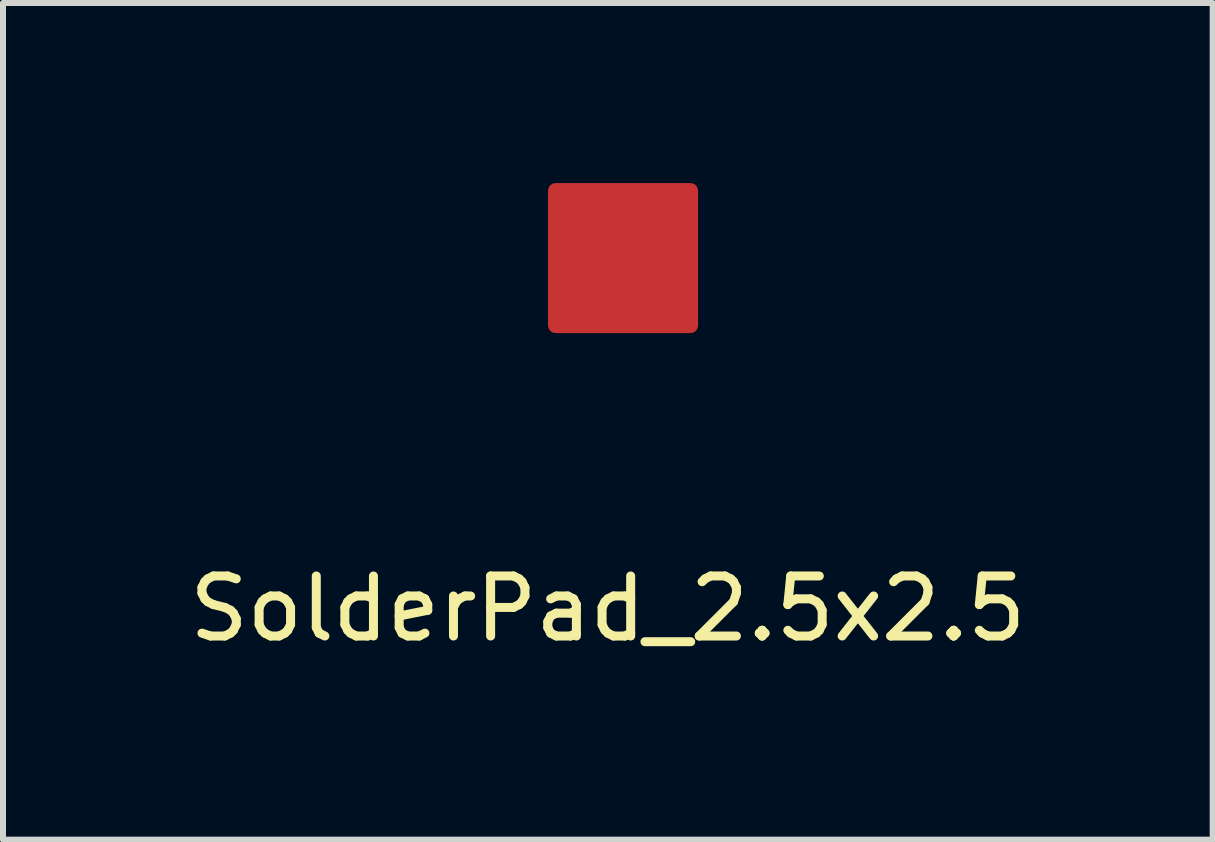
<source format=kicad_pcb>
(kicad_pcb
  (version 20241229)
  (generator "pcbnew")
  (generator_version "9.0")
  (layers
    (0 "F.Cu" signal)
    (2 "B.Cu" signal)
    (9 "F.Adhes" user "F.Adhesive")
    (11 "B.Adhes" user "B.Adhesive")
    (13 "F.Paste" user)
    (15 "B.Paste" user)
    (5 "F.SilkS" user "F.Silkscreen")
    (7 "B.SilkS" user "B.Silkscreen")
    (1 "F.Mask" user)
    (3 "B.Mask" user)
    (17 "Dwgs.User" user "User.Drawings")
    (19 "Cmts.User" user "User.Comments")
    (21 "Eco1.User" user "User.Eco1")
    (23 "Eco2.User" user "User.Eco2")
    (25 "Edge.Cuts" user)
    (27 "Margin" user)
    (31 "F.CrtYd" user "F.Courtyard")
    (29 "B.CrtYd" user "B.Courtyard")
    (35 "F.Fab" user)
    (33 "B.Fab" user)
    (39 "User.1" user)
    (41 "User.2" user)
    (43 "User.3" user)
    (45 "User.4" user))
  (footprint "SolderPad_2.5x2.5"
    (layer "F.Cu")
    (at 7.331 1.25)
    (property "Reference" "SolderPad_2.5x2.5" (at -0.254 5.842 0) (layer "F.SilkS") (effects (font (size 1 1) (thickness 0.15))))
    (attr through_hole)
    (pad "1" smd roundrect (at 0 0) (size 2.5 2.5) (layers "F.Cu" "F.Mask" "F.Paste") (roundrect_rratio 0.05)))
  (gr_rect
    (start -3 -3)
    (end 17.155 10.94)
    (stroke (width 0.1) (type default))
    (fill no)
    (layer "Edge.Cuts")))
</source>
